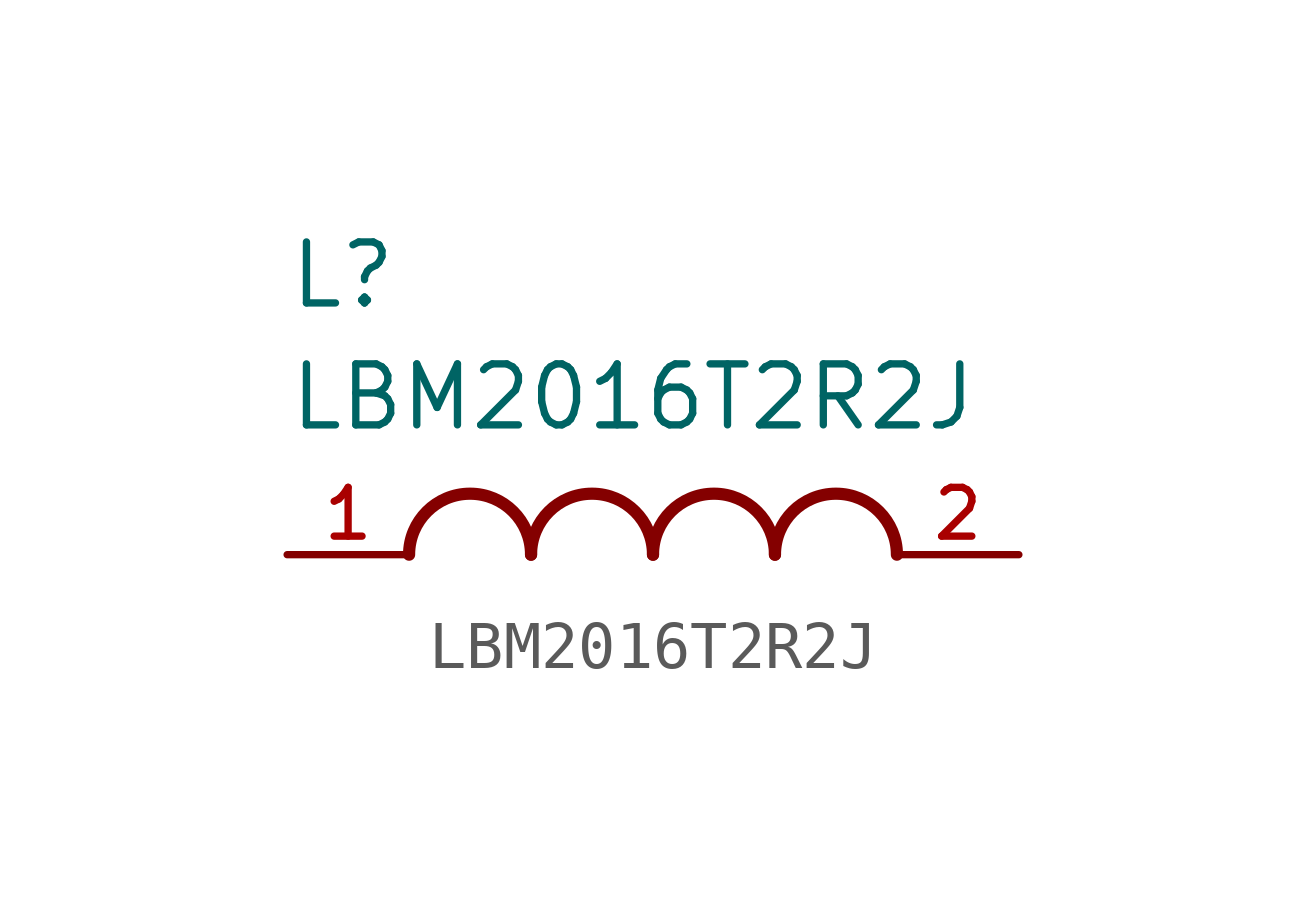
<source format=kicad_sym>
(kicad_symbol_lib
  (version 20211014)
  (generator kicad_symbol_editor)
  (symbol "LBM2016T2R2J"
    (pin_names
      (offset 1.016))
    (property "Reference" "L"
      (at -7.62 5.08 0)
      (effects (font (size 1.27 1.27)) (justify bottom left)))
    (property "Value" "LBM2016T2R2J"
      (at -7.62 2.54 0)
      (effects (font (size 1.27 1.27)) (justify bottom left)))
    (symbol "LBM2016T2R2J_0_0"
      (arc (start -2.54 0.0) (mid -3.81 1.27) (end -5.08 0.0) (stroke (width 0.254) (type default) (color 0 0 0 0)) (fill (type none)))
      (arc (start 0.0 0.0) (mid -1.27 1.27) (end -2.54 0.0) (stroke (width 0.254) (type default) (color 0 0 0 0)) (fill (type none)))
      (arc (start 2.54 0.0) (mid 1.27 1.27) (end 0.0 0.0) (stroke (width 0.254) (type default) (color 0 0 0 0)) (fill (type none)))
      (arc (start 5.08 0.0) (mid 3.81 1.27) (end 2.54 0.0) (stroke (width 0.254) (type default) (color 0 0 0 0)) (fill (type none)))
      (pin passive line (at -7.62 0.0 0) (length 2.54) (name "~" (effects (font (size 1.016 1.016)))) (number "1" (effects (font (size 1.016 1.016)))))
      (pin passive line (at 7.62 0.0 180.0) (length 2.54) (name "~" (effects (font (size 1.016 1.016)))) (number "2" (effects (font (size 1.016 1.016))))))))
</source>
